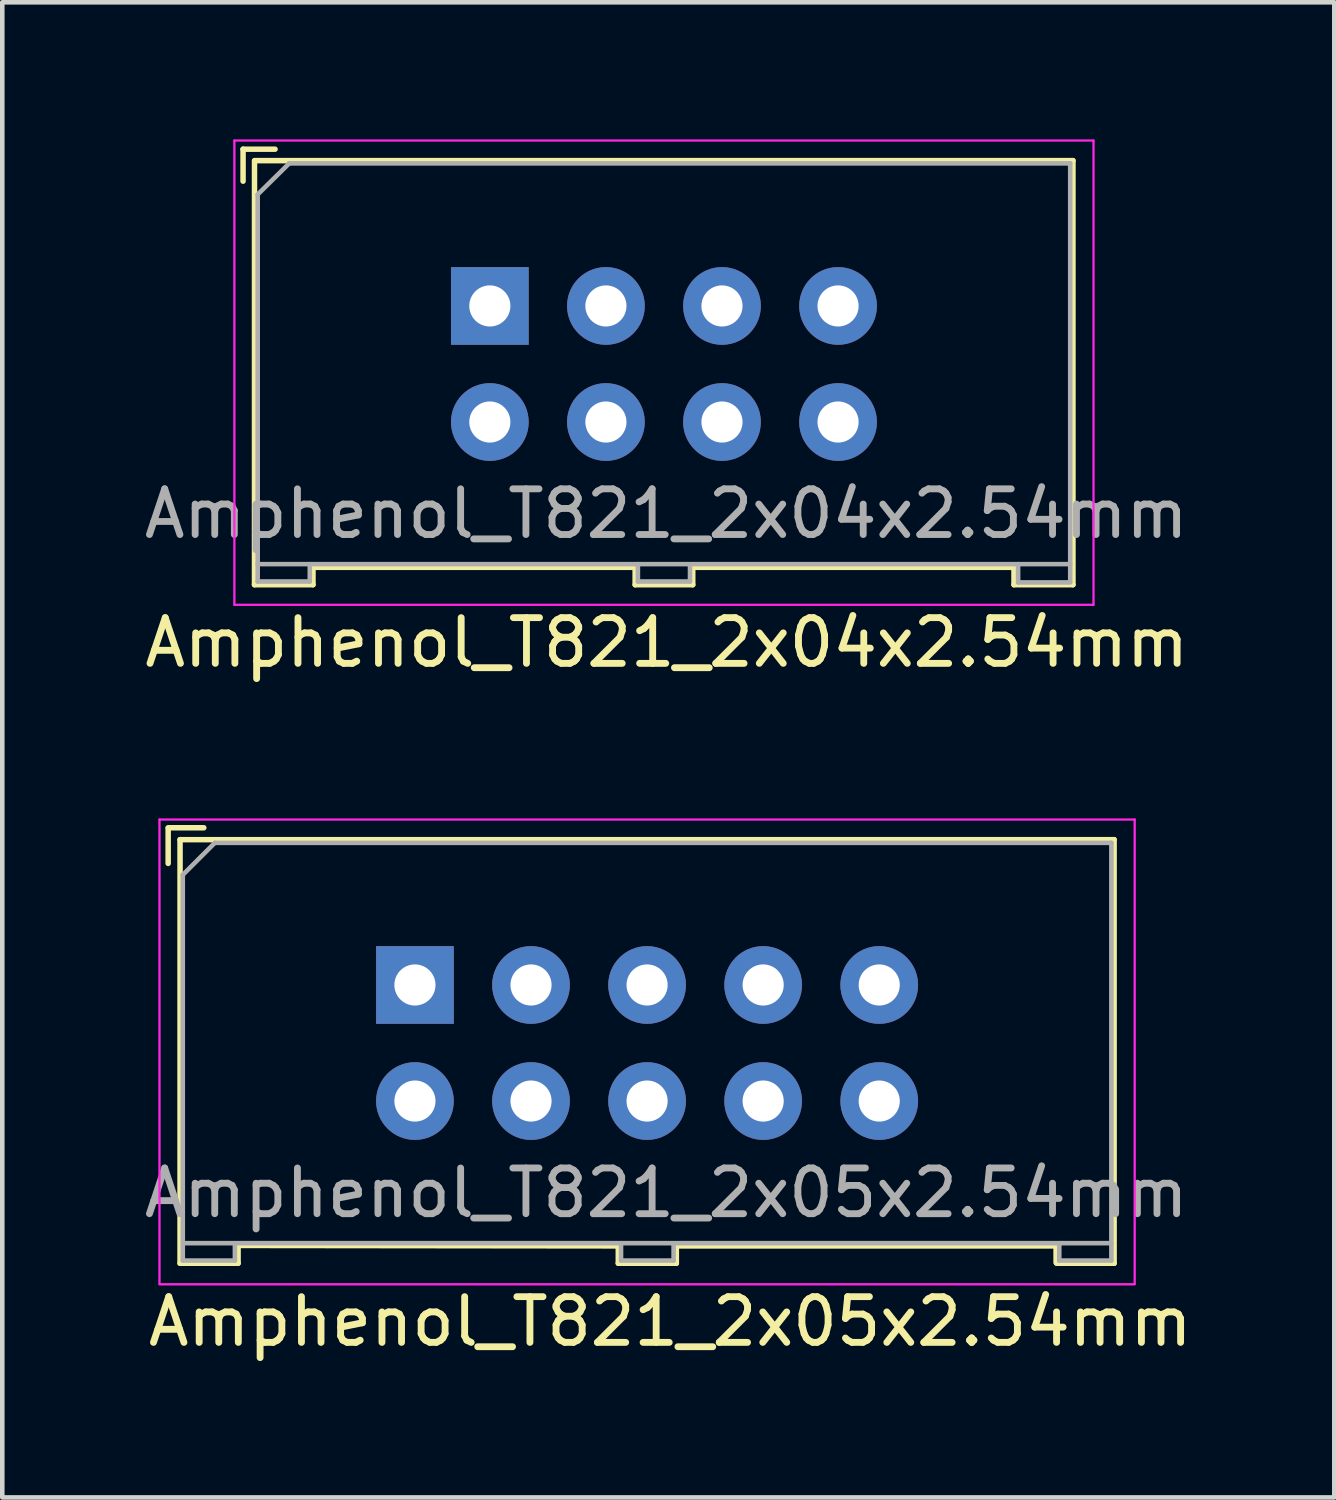
<source format=kicad_pcb>
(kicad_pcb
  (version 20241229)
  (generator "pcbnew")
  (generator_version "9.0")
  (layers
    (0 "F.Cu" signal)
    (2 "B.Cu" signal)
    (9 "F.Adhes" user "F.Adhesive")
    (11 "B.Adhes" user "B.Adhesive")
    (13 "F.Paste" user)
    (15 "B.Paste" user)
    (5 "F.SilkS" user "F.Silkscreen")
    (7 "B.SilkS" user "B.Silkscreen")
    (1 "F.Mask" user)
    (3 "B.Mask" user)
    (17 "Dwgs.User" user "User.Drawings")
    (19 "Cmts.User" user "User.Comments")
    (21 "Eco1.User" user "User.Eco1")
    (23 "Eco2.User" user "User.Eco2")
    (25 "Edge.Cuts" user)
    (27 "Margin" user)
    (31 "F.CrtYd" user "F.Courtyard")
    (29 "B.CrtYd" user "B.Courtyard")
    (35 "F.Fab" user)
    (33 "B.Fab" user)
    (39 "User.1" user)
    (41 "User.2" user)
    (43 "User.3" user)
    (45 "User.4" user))
  (footprint "Amphenol_T821_2x05x2.54mm"
    (layer "F.Cu")
    (at 6.03 18.504)
    (property "Reference" "Amphenol_T821_2x05x2.54mm" (at 5.588 7.366 0) (layer "F.SilkS") (effects (font (size 1 1) (thickness 0.15))))
    (attr through_hole)
    (fp_line (start -5.4 -3.44) (end -4.62 -3.44) (stroke (width 0.12) (type solid)) (layer "F.SilkS"))
    (fp_line (start -5.4 -3.43) (end -5.4 -2.66) (stroke (width 0.12) (type solid)) (layer "F.SilkS"))
    (fp_line (start -5.14 -3.18) (end -5.14 6.09) (stroke (width 0.12) (type solid)) (layer "F.SilkS"))
    (fp_line (start -5.14 -3.18) (end 15.3 -3.18) (stroke (width 0.12) (type solid)) (layer "F.SilkS"))
    (fp_line (start -5.14 6.09) (end -3.87 6.09) (stroke (width 0.12) (type solid)) (layer "F.SilkS"))
    (fp_line (start -3.87 5.7) (end -3.87 6.09) (stroke (width 0.12) (type solid)) (layer "F.SilkS"))
    (fp_line (start 4.45 5.71) (end -3.87 5.7) (stroke (width 0.12) (type solid)) (layer "F.SilkS"))
    (fp_line (start 4.45 6.09) (end 4.45 5.71) (stroke (width 0.12) (type solid)) (layer "F.SilkS"))
    (fp_line (start 5.72 5.71) (end 5.72 6.09) (stroke (width 0.12) (type solid)) (layer "F.SilkS"))
    (fp_line (start 5.72 6.09) (end 4.45 6.09) (stroke (width 0.12) (type solid)) (layer "F.SilkS"))
    (fp_line (start 14.03 5.71) (end 5.72 5.71) (stroke (width 0.12) (type solid)) (layer "F.SilkS"))
    (fp_line (start 14.03 6.07) (end 14.03 5.71) (stroke (width 0.12) (type solid)) (layer "F.SilkS"))
    (fp_line (start 15.3 -3.18) (end 15.3 6.09) (stroke (width 0.12) (type solid)) (layer "F.SilkS"))
    (fp_line (start 15.3 6.09) (end 14.04 6.09) (stroke (width 0.12) (type solid)) (layer "F.SilkS"))
    (fp_line (start -5.59 -3.62) (end 15.75 -3.62) (stroke (width 0.05) (type solid)) (layer "F.CrtYd"))
    (fp_line (start -5.59 6.54) (end -5.59 -3.62) (stroke (width 0.05) (type solid)) (layer "F.CrtYd"))
    (fp_line (start 15.75 6.54) (end 15.75 -3.62) (stroke (width 0.05) (type solid)) (layer "F.CrtYd"))
    (fp_line (start 15.75 6.55) (end -5.59 6.55) (stroke (width 0.05) (type solid)) (layer "F.CrtYd"))
    (fp_line (start -5.08 -2.41) (end -5.08 5.64) (stroke (width 0.1) (type solid)) (layer "F.Fab"))
    (fp_line (start -5.08 5.65) (end -5.08 6.03) (stroke (width 0.1) (type solid)) (layer "F.Fab"))
    (fp_line (start -5.08 6.03) (end -3.94 6.03) (stroke (width 0.1) (type solid)) (layer "F.Fab"))
    (fp_line (start -5.07 5.65) (end 15.24 5.65) (stroke (width 0.1) (type solid)) (layer "F.Fab"))
    (fp_line (start -4.38 -3.11) (end -5.08 -2.41) (stroke (width 0.1) (type solid)) (layer "F.Fab"))
    (fp_line (start -3.94 6.03) (end -3.94 5.66) (stroke (width 0.1) (type solid)) (layer "F.Fab"))
    (fp_line (start 4.51 6.03) (end 4.51 5.65) (stroke (width 0.1) (type solid)) (layer "F.Fab"))
    (fp_line (start 5.66 6.03) (end 4.51 6.03) (stroke (width 0.1) (type solid)) (layer "F.Fab"))
    (fp_line (start 5.66 6.03) (end 5.66 5.68) (stroke (width 0.1) (type solid)) (layer "F.Fab"))
    (fp_line (start 14.1 6.03) (end 14.1 5.65) (stroke (width 0.1) (type solid)) (layer "F.Fab"))
    (fp_line (start 15.24 -3.11) (end -4.38 -3.11) (stroke (width 0.1) (type solid)) (layer "F.Fab"))
    (fp_line (start 15.24 6.03) (end 14.1 6.03) (stroke (width 0.1) (type solid)) (layer "F.Fab"))
    (fp_line (start 15.24 6.03) (end 15.24 -3.11) (stroke (width 0.1) (type solid)) (layer "F.Fab"))
    (fp_text user "${REFERENCE}" (at 5.5 4.55 0) (layer "F.Fab") (effects (font (size 1 1) (thickness 0.15))))
    (pad "1" thru_hole rect (at 0 0) (size 1.7 1.7) (drill 0.9) (layers "*.Cu" "*.Mask"))
    (pad "2" thru_hole circle (at 0 2.54) (size 1.7 1.7) (drill 0.9) (layers "*.Cu" "*.Mask"))
    (pad "3" thru_hole circle (at 2.54 0) (size 1.7 1.7) (drill 0.9) (layers "*.Cu" "*.Mask"))
    (pad "4" thru_hole circle (at 2.54 2.54) (size 1.7 1.7) (drill 0.9) (layers "*.Cu" "*.Mask"))
    (pad "5" thru_hole circle (at 5.08 0) (size 1.7 1.7) (drill 0.9) (layers "*.Cu" "*.Mask"))
    (pad "6" thru_hole circle (at 5.08 2.54) (size 1.7 1.7) (drill 0.9) (layers "*.Cu" "*.Mask"))
    (pad "7" thru_hole circle (at 7.62 0) (size 1.7 1.7) (drill 0.9) (layers "*.Cu" "*.Mask"))
    (pad "8" thru_hole circle (at 7.62 2.54) (size 1.7 1.7) (drill 0.9) (layers "*.Cu" "*.Mask"))
    (pad "9" thru_hole circle (at 10.16 0) (size 1.7 1.7) (drill 0.9) (layers "*.Cu" "*.Mask"))
    (pad "10" thru_hole circle (at 10.16 2.54) (size 1.7 1.7) (drill 0.9) (layers "*.Cu" "*.Mask")))
  (footprint "Amphenol_T821_2x04x2.54mm"
    (layer "F.Cu")
    (at 7.669 3.645)
    (property "Reference" "Amphenol_T821_2x04x2.54mm" (at 3.873 7.366 0) (layer "F.SilkS") (effects (font (size 1 1) (thickness 0.15))))
    (attr through_hole)
    (fp_line (start -5.4 -3.43) (end -5.4 -2.73) (stroke (width 0.12) (type solid)) (layer "F.SilkS"))
    (fp_line (start -5.4 -3.43) (end -4.7 -3.43) (stroke (width 0.12) (type solid)) (layer "F.SilkS"))
    (fp_line (start -5.15 -3.18) (end -5.15 6.1) (stroke (width 0.12) (type solid)) (layer "F.SilkS"))
    (fp_line (start -5.15 6.1) (end -3.87 6.1) (stroke (width 0.12) (type solid)) (layer "F.SilkS"))
    (fp_line (start -5.14 -3.18) (end 12.76 -3.18) (stroke (width 0.12) (type solid)) (layer "F.SilkS"))
    (fp_line (start -3.87 5.72) (end -3.87 6.1) (stroke (width 0.12) (type solid)) (layer "F.SilkS"))
    (fp_line (start -3.86 5.72) (end 3.18 5.72) (stroke (width 0.12) (type solid)) (layer "F.SilkS"))
    (fp_line (start 3.18 6.1) (end 3.18 5.72) (stroke (width 0.12) (type solid)) (layer "F.SilkS"))
    (fp_line (start 4.44 5.72) (end 4.44 6.1) (stroke (width 0.12) (type solid)) (layer "F.SilkS"))
    (fp_line (start 4.44 6.1) (end 3.18 6.1) (stroke (width 0.12) (type solid)) (layer "F.SilkS"))
    (fp_line (start 4.45 5.72) (end 11.47 5.72) (stroke (width 0.12) (type solid)) (layer "F.SilkS"))
    (fp_line (start 11.47 6.1) (end 11.47 5.72) (stroke (width 0.12) (type solid)) (layer "F.SilkS"))
    (fp_line (start 12.76 -3.18) (end 12.76 6.1) (stroke (width 0.12) (type solid)) (layer "F.SilkS"))
    (fp_line (start 12.76 6.1) (end 11.47 6.1) (stroke (width 0.12) (type solid)) (layer "F.SilkS"))
    (fp_line (start -5.59 -3.62) (end 13.21 -3.62) (stroke (width 0.05) (type solid)) (layer "F.CrtYd"))
    (fp_line (start -5.59 6.54) (end -5.59 -3.62) (stroke (width 0.05) (type solid)) (layer "F.CrtYd"))
    (fp_line (start 13.21 -3.62) (end 13.21 6.54) (stroke (width 0.05) (type solid)) (layer "F.CrtYd"))
    (fp_line (start 13.21 6.54) (end -5.59 6.54) (stroke (width 0.05) (type solid)) (layer "F.CrtYd"))
    (fp_line (start -5.08 -2.43) (end -5.08 6.03) (stroke (width 0.1) (type solid)) (layer "F.Fab"))
    (fp_line (start -5.08 6.03) (end -3.94 6.03) (stroke (width 0.1) (type solid)) (layer "F.Fab"))
    (fp_line (start -4.39 -3.12) (end -5.08 -2.44) (stroke (width 0.1) (type solid)) (layer "F.Fab"))
    (fp_line (start -3.94 6.03) (end -3.94 5.65) (stroke (width 0.1) (type solid)) (layer "F.Fab"))
    (fp_line (start 3.24 6.03) (end 3.24 5.65) (stroke (width 0.1) (type solid)) (layer "F.Fab"))
    (fp_line (start 3.24 6.03) (end 4.38 6.03) (stroke (width 0.1) (type solid)) (layer "F.Fab"))
    (fp_line (start 4.38 6.03) (end 4.38 5.67) (stroke (width 0.1) (type solid)) (layer "F.Fab"))
    (fp_line (start 11.56 6.05) (end 11.56 5.65) (stroke (width 0.1) (type solid)) (layer "F.Fab"))
    (fp_line (start 12.7 -3.12) (end -4.4 -3.12) (stroke (width 0.1) (type solid)) (layer "F.Fab"))
    (fp_line (start 12.7 5.65) (end -5.08 5.65) (stroke (width 0.1) (type solid)) (layer "F.Fab"))
    (fp_line (start 12.7 6.04) (end 12.7 -3.12) (stroke (width 0.1) (type solid)) (layer "F.Fab"))
    (fp_line (start 12.7 6.05) (end 11.56 6.05) (stroke (width 0.1) (type solid)) (layer "F.Fab"))
    (fp_text user "${REFERENCE}" (at 3.861 4.547 0) (layer "F.Fab") (effects (font (size 1 1) (thickness 0.15))))
    (pad "1" thru_hole rect (at 0 0) (size 1.7 1.7) (drill 0.9) (layers "*.Cu" "*.Mask"))
    (pad "2" thru_hole circle (at 0 2.54) (size 1.7 1.7) (drill 0.9) (layers "*.Cu" "*.Mask"))
    (pad "3" thru_hole circle (at 2.54 0) (size 1.7 1.7) (drill 0.9) (layers "*.Cu" "*.Mask"))
    (pad "4" thru_hole circle (at 2.54 2.54) (size 1.7 1.7) (drill 0.9) (layers "*.Cu" "*.Mask"))
    (pad "5" thru_hole circle (at 5.08 0) (size 1.7 1.7) (drill 0.9) (layers "*.Cu" "*.Mask"))
    (pad "6" thru_hole circle (at 5.08 2.54) (size 1.7 1.7) (drill 0.9) (layers "*.Cu" "*.Mask"))
    (pad "7" thru_hole circle (at 7.62 0) (size 1.7 1.7) (drill 0.9) (layers "*.Cu" "*.Mask"))
    (pad "8" thru_hole circle (at 7.62 2.54) (size 1.7 1.7) (drill 0.9) (layers "*.Cu" "*.Mask")))
  (gr_rect
    (start -3 -3)
    (end 26.148 29.718)
    (stroke (width 0.1) (type default))
    (fill no)
    (layer "Edge.Cuts")))
</source>
